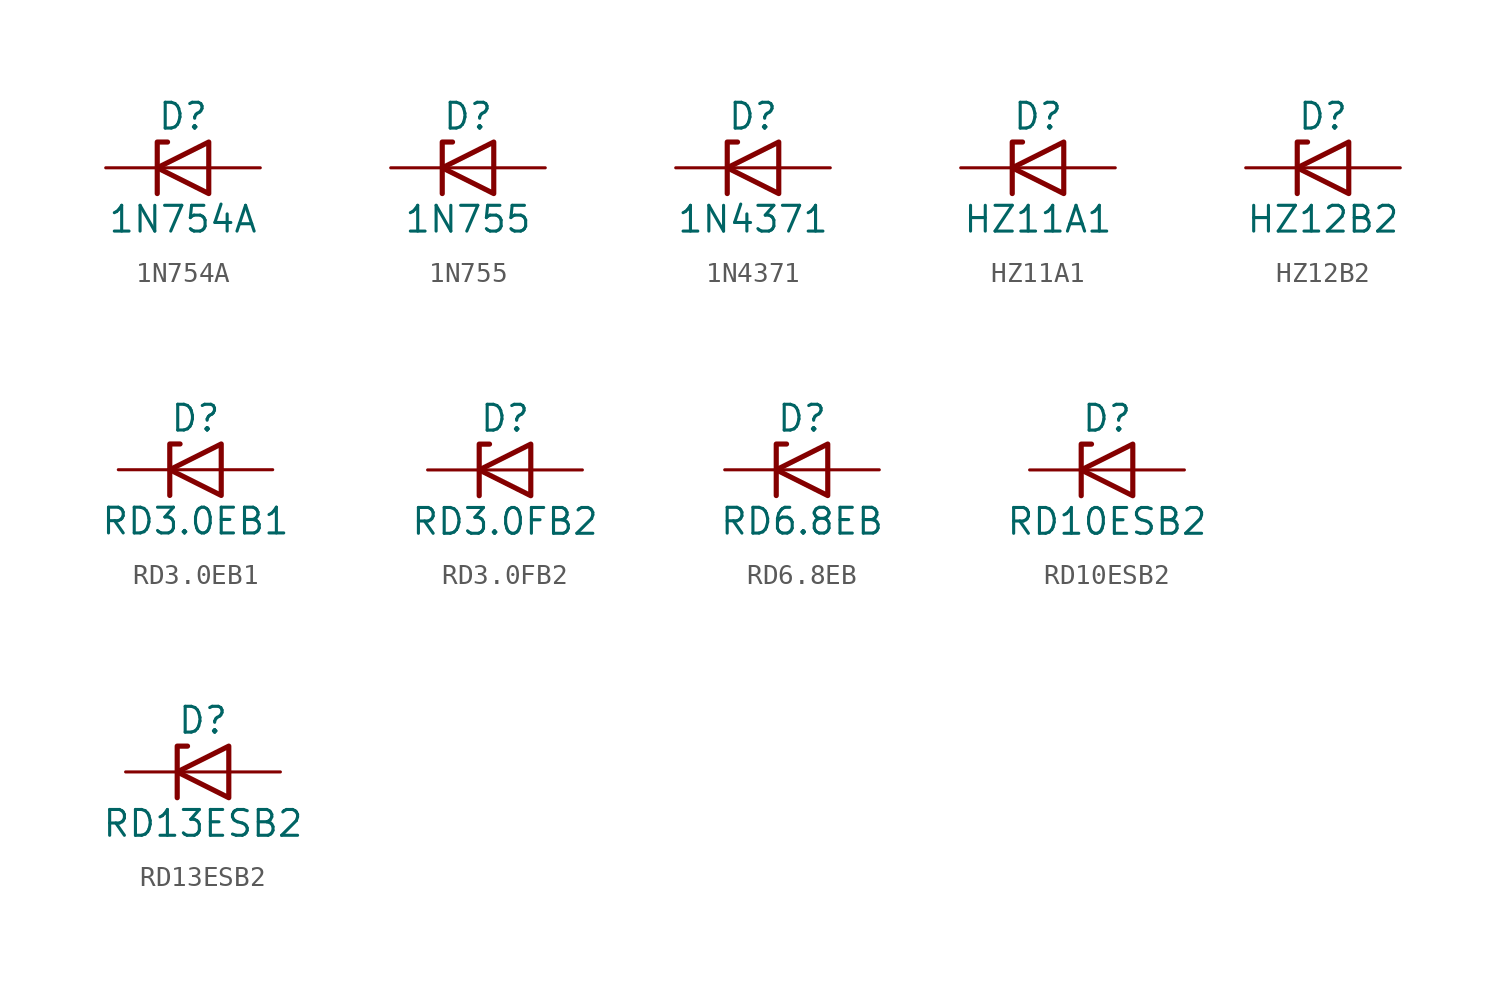
<source format=kicad_sym>
(kicad_symbol_lib
  (version 20220914)
  (generator kicad_symbol_editor)
  (symbol "1N754A"
    (pin_numbers hide)
    (pin_names
      (offset 1.016) hide)
    (property "Reference" "D"
      (at 0 2.54 0)
      (effects (font (size 1.27 1.27))))
    (property "Value" "1N754A"
      (at 0 -2.54 0)
      (effects (font (size 1.27 1.27))))
    (symbol "1N754A_0_1"
      (polyline (pts (xy 1.27 0) (xy -1.27 0)) (stroke (width 0) (type solid)) (fill (type none)))
      (polyline (pts (xy -1.27 -1.27) (xy -1.27 1.27) (xy -0.762 1.27)) (stroke (width 0.254) (type solid)) (fill (type none)))
      (polyline (pts (xy 1.27 -1.27) (xy 1.27 1.27) (xy -1.27 0) (xy 1.27 -1.27)) (stroke (width 0.254) (type solid)) (fill (type none))))
    (symbol "1N754A_1_1"
      (pin passive line (at -3.81 0 0) (length 2.54) (name "K" (effects (font (size 1.27 1.27)))) (number "1" (effects (font (size 1.27 1.27)))))
      (pin passive line (at 3.81 0 180) (length 2.54) (name "A" (effects (font (size 1.27 1.27)))) (number "2" (effects (font (size 1.27 1.27)))))))
  (symbol "1N755"
    (pin_numbers hide)
    (pin_names
      (offset 1.016) hide)
    (property "Reference" "D"
      (at 0 2.54 0)
      (effects (font (size 1.27 1.27))))
    (property "Value" "1N755"
      (at 0 -2.54 0)
      (effects (font (size 1.27 1.27))))
    (symbol "1N755_0_1"
      (polyline (pts (xy 1.27 0) (xy -1.27 0)) (stroke (width 0) (type solid)) (fill (type none)))
      (polyline (pts (xy -1.27 -1.27) (xy -1.27 1.27) (xy -0.762 1.27)) (stroke (width 0.254) (type solid)) (fill (type none)))
      (polyline (pts (xy 1.27 -1.27) (xy 1.27 1.27) (xy -1.27 0) (xy 1.27 -1.27)) (stroke (width 0.254) (type solid)) (fill (type none))))
    (symbol "1N755_1_1"
      (pin passive line (at -3.81 0 0) (length 2.54) (name "K" (effects (font (size 1.27 1.27)))) (number "1" (effects (font (size 1.27 1.27)))))
      (pin passive line (at 3.81 0 180) (length 2.54) (name "A" (effects (font (size 1.27 1.27)))) (number "2" (effects (font (size 1.27 1.27)))))))
  (symbol "1N4371"
    (pin_numbers hide)
    (pin_names
      (offset 1.016) hide)
    (property "Reference" "D"
      (at 0 2.54 0)
      (effects (font (size 1.27 1.27))))
    (property "Value" "1N4371"
      (at 0 -2.54 0)
      (effects (font (size 1.27 1.27))))
    (symbol "1N4371_0_1"
      (polyline (pts (xy 1.27 0) (xy -1.27 0)) (stroke (width 0) (type solid)) (fill (type none)))
      (polyline (pts (xy -1.27 -1.27) (xy -1.27 1.27) (xy -0.762 1.27)) (stroke (width 0.254) (type solid)) (fill (type none)))
      (polyline (pts (xy 1.27 -1.27) (xy 1.27 1.27) (xy -1.27 0) (xy 1.27 -1.27)) (stroke (width 0.254) (type solid)) (fill (type none))))
    (symbol "1N4371_1_1"
      (pin passive line (at -3.81 0 0) (length 2.54) (name "K" (effects (font (size 1.27 1.27)))) (number "1" (effects (font (size 1.27 1.27)))))
      (pin passive line (at 3.81 0 180) (length 2.54) (name "A" (effects (font (size 1.27 1.27)))) (number "2" (effects (font (size 1.27 1.27)))))))
  (symbol "HZ11A1"
    (pin_numbers hide)
    (pin_names
      (offset 1.016) hide)
    (property "Reference" "D"
      (at 0 2.54 0)
      (effects (font (size 1.27 1.27))))
    (property "Value" "HZ11A1"
      (at 0 -2.54 0)
      (effects (font (size 1.27 1.27))))
    (symbol "HZ11A1_0_1"
      (polyline (pts (xy 1.27 0) (xy -1.27 0)) (stroke (width 0) (type solid)) (fill (type none)))
      (polyline (pts (xy -1.27 -1.27) (xy -1.27 1.27) (xy -0.762 1.27)) (stroke (width 0.254) (type solid)) (fill (type none)))
      (polyline (pts (xy 1.27 -1.27) (xy 1.27 1.27) (xy -1.27 0) (xy 1.27 -1.27)) (stroke (width 0.254) (type solid)) (fill (type none))))
    (symbol "HZ11A1_1_1"
      (pin passive line (at -3.81 0 0) (length 2.54) (name "K" (effects (font (size 1.27 1.27)))) (number "1" (effects (font (size 1.27 1.27)))))
      (pin passive line (at 3.81 0 180) (length 2.54) (name "A" (effects (font (size 1.27 1.27)))) (number "2" (effects (font (size 1.27 1.27)))))))
  (symbol "HZ12B2"
    (pin_numbers hide)
    (pin_names
      (offset 1.016) hide)
    (property "Reference" "D"
      (at 0 2.54 0)
      (effects (font (size 1.27 1.27))))
    (property "Value" "HZ12B2"
      (at 0 -2.54 0)
      (effects (font (size 1.27 1.27))))
    (symbol "HZ12B2_0_1"
      (polyline (pts (xy 1.27 0) (xy -1.27 0)) (stroke (width 0) (type solid)) (fill (type none)))
      (polyline (pts (xy -1.27 -1.27) (xy -1.27 1.27) (xy -0.762 1.27)) (stroke (width 0.254) (type solid)) (fill (type none)))
      (polyline (pts (xy 1.27 -1.27) (xy 1.27 1.27) (xy -1.27 0) (xy 1.27 -1.27)) (stroke (width 0.254) (type solid)) (fill (type none))))
    (symbol "HZ12B2_1_1"
      (pin passive line (at -3.81 0 0) (length 2.54) (name "K" (effects (font (size 1.27 1.27)))) (number "1" (effects (font (size 1.27 1.27)))))
      (pin passive line (at 3.81 0 180) (length 2.54) (name "A" (effects (font (size 1.27 1.27)))) (number "2" (effects (font (size 1.27 1.27)))))))
  (symbol "RD3.0EB1"
    (pin_numbers hide)
    (pin_names
      (offset 1.016) hide)
    (property "Reference" "D"
      (at 0 2.54 0)
      (effects (font (size 1.27 1.27))))
    (property "Value" "RD3.0EB1"
      (at 0 -2.54 0)
      (effects (font (size 1.27 1.27))))
    (symbol "RD3.0EB1_0_1"
      (polyline (pts (xy 1.27 0) (xy -1.27 0)) (stroke (width 0) (type solid)) (fill (type none)))
      (polyline (pts (xy -1.27 -1.27) (xy -1.27 1.27) (xy -0.762 1.27)) (stroke (width 0.254) (type solid)) (fill (type none)))
      (polyline (pts (xy 1.27 -1.27) (xy 1.27 1.27) (xy -1.27 0) (xy 1.27 -1.27)) (stroke (width 0.254) (type solid)) (fill (type none))))
    (symbol "RD3.0EB1_1_1"
      (pin passive line (at -3.81 0 0) (length 2.54) (name "K" (effects (font (size 1.27 1.27)))) (number "1" (effects (font (size 1.27 1.27)))))
      (pin passive line (at 3.81 0 180) (length 2.54) (name "A" (effects (font (size 1.27 1.27)))) (number "2" (effects (font (size 1.27 1.27)))))))
  (symbol "RD3.0FB2"
    (pin_numbers hide)
    (pin_names
      (offset 1.016) hide)
    (property "Reference" "D"
      (at 0 2.54 0)
      (effects (font (size 1.27 1.27))))
    (property "Value" "RD3.0FB2"
      (at 0 -2.54 0)
      (effects (font (size 1.27 1.27))))
    (symbol "RD3.0FB2_0_1"
      (polyline (pts (xy 1.27 0) (xy -1.27 0)) (stroke (width 0) (type solid)) (fill (type none)))
      (polyline (pts (xy -1.27 -1.27) (xy -1.27 1.27) (xy -0.762 1.27)) (stroke (width 0.254) (type solid)) (fill (type none)))
      (polyline (pts (xy 1.27 -1.27) (xy 1.27 1.27) (xy -1.27 0) (xy 1.27 -1.27)) (stroke (width 0.254) (type solid)) (fill (type none))))
    (symbol "RD3.0FB2_1_1"
      (pin passive line (at -3.81 0 0) (length 2.54) (name "K" (effects (font (size 1.27 1.27)))) (number "1" (effects (font (size 1.27 1.27)))))
      (pin passive line (at 3.81 0 180) (length 2.54) (name "A" (effects (font (size 1.27 1.27)))) (number "2" (effects (font (size 1.27 1.27)))))))
  (symbol "RD6.8EB"
    (pin_numbers hide)
    (pin_names
      (offset 1.016) hide)
    (property "Reference" "D"
      (at 0 2.54 0)
      (effects (font (size 1.27 1.27))))
    (property "Value" "RD6.8EB"
      (at 0 -2.54 0)
      (effects (font (size 1.27 1.27))))
    (symbol "RD6.8EB_0_1"
      (polyline (pts (xy 1.27 0) (xy -1.27 0)) (stroke (width 0) (type solid)) (fill (type none)))
      (polyline (pts (xy -1.27 -1.27) (xy -1.27 1.27) (xy -0.762 1.27)) (stroke (width 0.254) (type solid)) (fill (type none)))
      (polyline (pts (xy 1.27 -1.27) (xy 1.27 1.27) (xy -1.27 0) (xy 1.27 -1.27)) (stroke (width 0.254) (type solid)) (fill (type none))))
    (symbol "RD6.8EB_1_1"
      (pin passive line (at -3.81 0 0) (length 2.54) (name "K" (effects (font (size 1.27 1.27)))) (number "1" (effects (font (size 1.27 1.27)))))
      (pin passive line (at 3.81 0 180) (length 2.54) (name "A" (effects (font (size 1.27 1.27)))) (number "2" (effects (font (size 1.27 1.27)))))))
  (symbol "RD10ESB2"
    (pin_numbers hide)
    (pin_names
      (offset 1.016) hide)
    (property "Reference" "D"
      (at 0 2.54 0)
      (effects (font (size 1.27 1.27))))
    (property "Value" "RD10ESB2"
      (at 0 -2.54 0)
      (effects (font (size 1.27 1.27))))
    (symbol "RD10ESB2_0_1"
      (polyline (pts (xy 1.27 0) (xy -1.27 0)) (stroke (width 0) (type solid)) (fill (type none)))
      (polyline (pts (xy -1.27 -1.27) (xy -1.27 1.27) (xy -0.762 1.27)) (stroke (width 0.254) (type solid)) (fill (type none)))
      (polyline (pts (xy 1.27 -1.27) (xy 1.27 1.27) (xy -1.27 0) (xy 1.27 -1.27)) (stroke (width 0.254) (type solid)) (fill (type none))))
    (symbol "RD10ESB2_1_1"
      (pin passive line (at -3.81 0 0) (length 2.54) (name "K" (effects (font (size 1.27 1.27)))) (number "1" (effects (font (size 1.27 1.27)))))
      (pin passive line (at 3.81 0 180) (length 2.54) (name "A" (effects (font (size 1.27 1.27)))) (number "2" (effects (font (size 1.27 1.27)))))))
  (symbol "RD13ESB2"
    (pin_numbers hide)
    (pin_names
      (offset 1.016) hide)
    (property "Reference" "D"
      (at 0 2.54 0)
      (effects (font (size 1.27 1.27))))
    (property "Value" "RD13ESB2"
      (at 0 -2.54 0)
      (effects (font (size 1.27 1.27))))
    (symbol "RD13ESB2_0_1"
      (polyline (pts (xy 1.27 0) (xy -1.27 0)) (stroke (width 0) (type solid)) (fill (type none)))
      (polyline (pts (xy -1.27 -1.27) (xy -1.27 1.27) (xy -0.762 1.27)) (stroke (width 0.254) (type solid)) (fill (type none)))
      (polyline (pts (xy 1.27 -1.27) (xy 1.27 1.27) (xy -1.27 0) (xy 1.27 -1.27)) (stroke (width 0.254) (type solid)) (fill (type none))))
    (symbol "RD13ESB2_1_1"
      (pin passive line (at -3.81 0 0) (length 2.54) (name "K" (effects (font (size 1.27 1.27)))) (number "1" (effects (font (size 1.27 1.27)))))
      (pin passive line (at 3.81 0 180) (length 2.54) (name "A" (effects (font (size 1.27 1.27)))) (number "2" (effects (font (size 1.27 1.27))))))))
</source>
